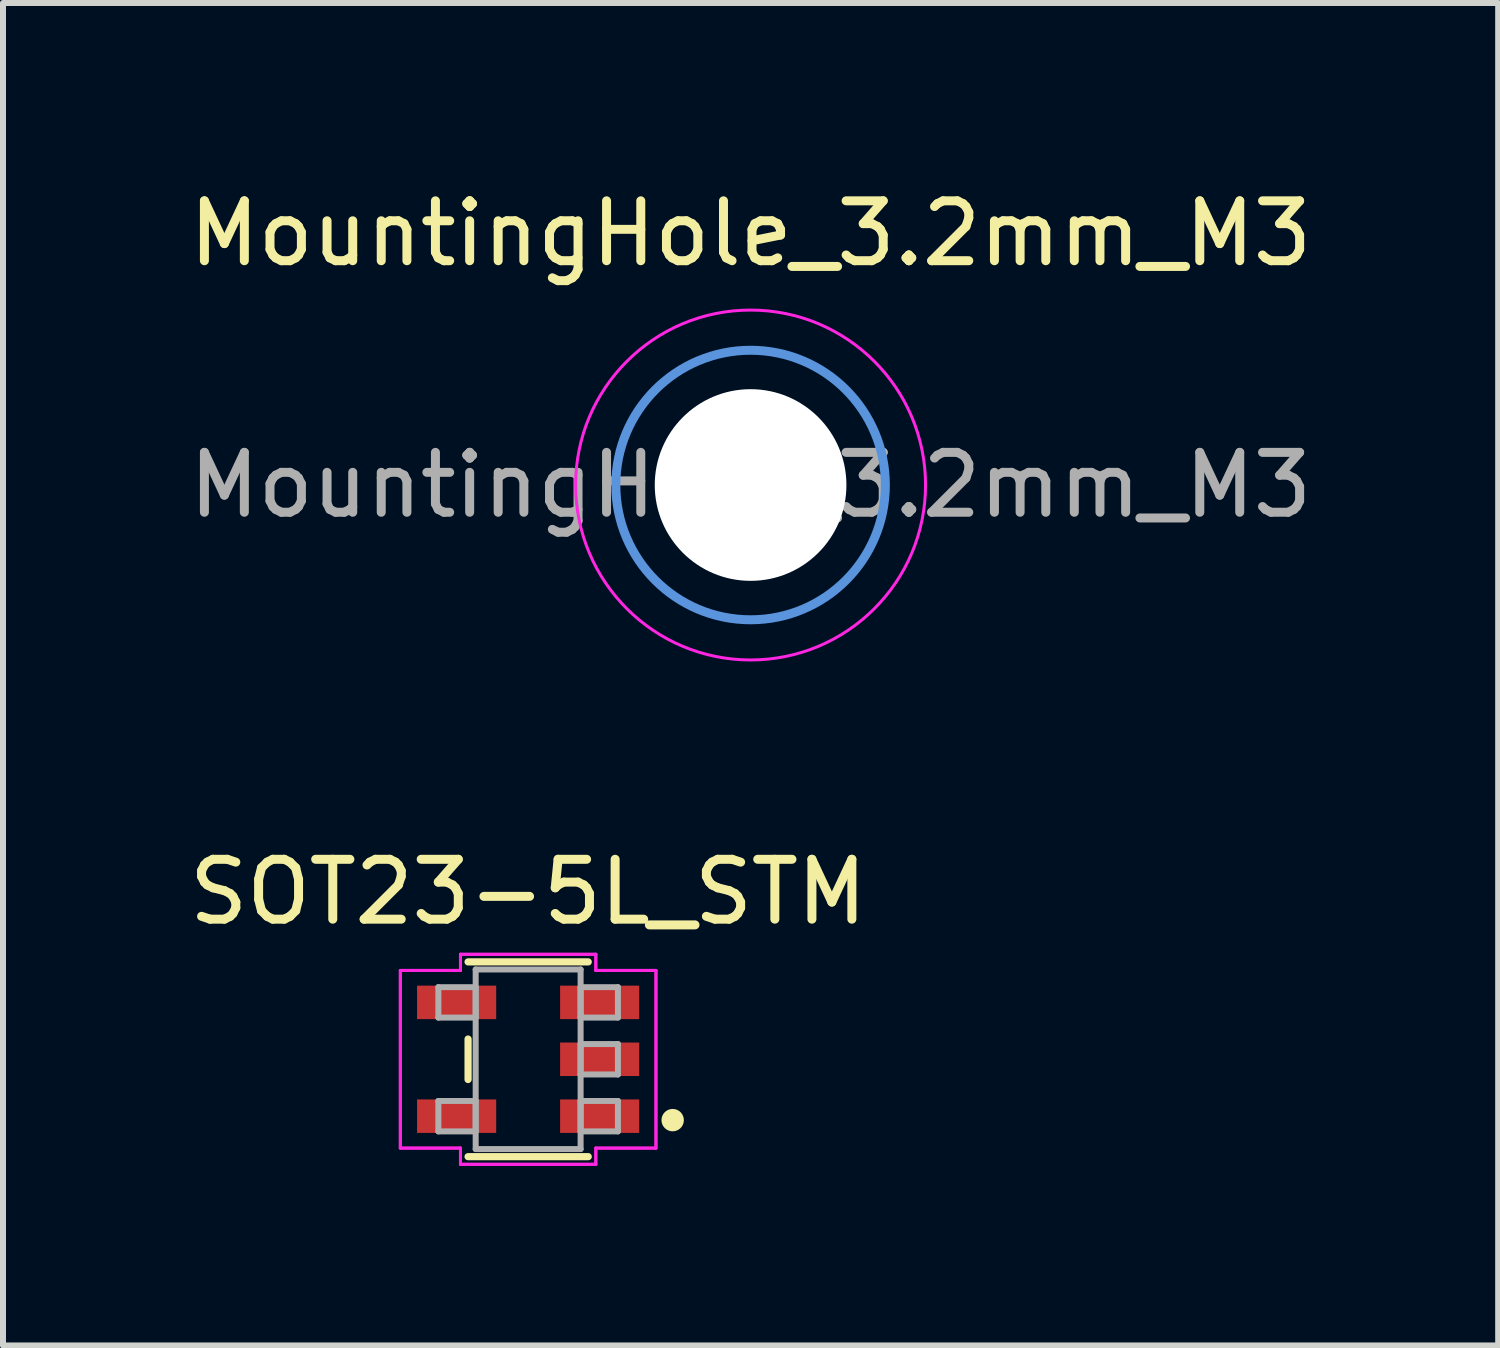
<source format=kicad_pcb>
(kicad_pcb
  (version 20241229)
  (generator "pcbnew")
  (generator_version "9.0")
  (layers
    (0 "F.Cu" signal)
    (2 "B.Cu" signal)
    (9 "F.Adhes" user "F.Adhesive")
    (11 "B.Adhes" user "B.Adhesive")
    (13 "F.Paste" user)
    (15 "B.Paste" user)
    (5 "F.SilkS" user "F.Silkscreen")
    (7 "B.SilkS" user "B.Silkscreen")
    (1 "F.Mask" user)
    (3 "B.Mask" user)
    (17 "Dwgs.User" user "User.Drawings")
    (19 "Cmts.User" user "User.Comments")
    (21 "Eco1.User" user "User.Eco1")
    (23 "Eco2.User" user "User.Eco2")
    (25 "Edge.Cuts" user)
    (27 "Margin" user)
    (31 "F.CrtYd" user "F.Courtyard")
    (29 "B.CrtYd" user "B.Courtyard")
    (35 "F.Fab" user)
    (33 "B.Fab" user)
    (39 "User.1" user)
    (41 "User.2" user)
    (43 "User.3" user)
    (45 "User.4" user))
  (footprint "MountingHole_3.2mm_M3"
    (layer "F.Cu")
    (at 9.482 5.048)
    (property "Reference" "MountingHole_3.2mm_M3" (at 0 -4.2 0) (layer "F.SilkS") (effects (font (size 1 1) (thickness 0.15))))
    (attr exclude_from_pos_files exclude_from_bom)
    (fp_circle (center 0 0) (end 2.25 0) (stroke (width 0.15) (type solid)) (fill no) (layer "Cmts.User"))
    (fp_circle (center 0 0) (end 2.921 0) (stroke (width 0.05) (type solid)) (fill no) (layer "F.CrtYd"))
    (fp_text user "${REFERENCE}" (at 0 0 0) (layer "F.Fab") (effects (font (size 1 1) (thickness 0.15))))
    (pad "" np_thru_hole circle (at 0 0) (size 3.2 3.2) (drill 3.2) (layers "*.Cu" "*.Mask")))
  (footprint "SOT23-5L_STM"
    (layer "F.Cu")
    (at 5.768 14.636)
    (property "Reference" "SOT23-5L_STM" (at 0 -2.794 0) (layer "F.SilkS") (effects (font (size 1 1) (thickness 0.15))))
    (attr smd)
    (fp_line (start -1.003 -0.338) (end -1.003 0.338) (stroke (width 0.12) (type solid)) (layer "F.SilkS"))
    (fp_line (start -1.003 1.626) (end 1.003 1.626) (stroke (width 0.12) (type solid)) (layer "F.SilkS"))
    (fp_line (start 1.003 -1.626) (end -1.003 -1.626) (stroke (width 0.12) (type solid)) (layer "F.SilkS"))
    (fp_circle (center 2.413 1.016) (end 2.54 1.016) (stroke (width 0.12) (type solid)) (fill yes) (layer "F.SilkS"))
    (fp_line (start -2.134 -1.483) (end -1.13 -1.483) (stroke (width 0.05) (type solid)) (layer "F.CrtYd"))
    (fp_line (start -2.134 -1.483) (end -1.13 -1.483) (stroke (width 0.05) (type solid)) (layer "F.CrtYd"))
    (fp_line (start -2.134 1.483) (end -2.134 -1.483) (stroke (width 0.05) (type solid)) (layer "F.CrtYd"))
    (fp_line (start -2.134 1.483) (end -2.134 -1.483) (stroke (width 0.05) (type solid)) (layer "F.CrtYd"))
    (fp_line (start -1.13 -1.753) (end 1.13 -1.753) (stroke (width 0.05) (type solid)) (layer "F.CrtYd"))
    (fp_line (start -1.13 -1.753) (end 1.13 -1.753) (stroke (width 0.05) (type solid)) (layer "F.CrtYd"))
    (fp_line (start -1.13 -1.483) (end -1.13 -1.753) (stroke (width 0.05) (type solid)) (layer "F.CrtYd"))
    (fp_line (start -1.13 -1.483) (end -1.13 -1.753) (stroke (width 0.05) (type solid)) (layer "F.CrtYd"))
    (fp_line (start -1.13 1.483) (end -2.134 1.483) (stroke (width 0.05) (type solid)) (layer "F.CrtYd"))
    (fp_line (start -1.13 1.483) (end -2.134 1.483) (stroke (width 0.05) (type solid)) (layer "F.CrtYd"))
    (fp_line (start -1.13 1.753) (end -1.13 1.483) (stroke (width 0.05) (type solid)) (layer "F.CrtYd"))
    (fp_line (start -1.13 1.753) (end -1.13 1.483) (stroke (width 0.05) (type solid)) (layer "F.CrtYd"))
    (fp_line (start 1.13 -1.753) (end 1.13 -1.483) (stroke (width 0.05) (type solid)) (layer "F.CrtYd"))
    (fp_line (start 1.13 -1.753) (end 1.13 -1.483) (stroke (width 0.05) (type solid)) (layer "F.CrtYd"))
    (fp_line (start 1.13 -1.483) (end 2.134 -1.483) (stroke (width 0.05) (type solid)) (layer "F.CrtYd"))
    (fp_line (start 1.13 -1.483) (end 2.134 -1.483) (stroke (width 0.05) (type solid)) (layer "F.CrtYd"))
    (fp_line (start 1.13 1.483) (end 1.13 1.753) (stroke (width 0.05) (type solid)) (layer "F.CrtYd"))
    (fp_line (start 1.13 1.483) (end 1.13 1.753) (stroke (width 0.05) (type solid)) (layer "F.CrtYd"))
    (fp_line (start 1.13 1.753) (end -1.13 1.753) (stroke (width 0.05) (type solid)) (layer "F.CrtYd"))
    (fp_line (start 1.13 1.753) (end -1.13 1.753) (stroke (width 0.05) (type solid)) (layer "F.CrtYd"))
    (fp_line (start 2.134 -1.483) (end 2.134 1.483) (stroke (width 0.05) (type solid)) (layer "F.CrtYd"))
    (fp_line (start 2.134 -1.483) (end 2.134 1.483) (stroke (width 0.05) (type solid)) (layer "F.CrtYd"))
    (fp_line (start 2.134 1.483) (end 1.13 1.483) (stroke (width 0.05) (type solid)) (layer "F.CrtYd"))
    (fp_line (start 2.134 1.483) (end 1.13 1.483) (stroke (width 0.05) (type solid)) (layer "F.CrtYd"))
    (fp_line (start -1.499 -1.204) (end -1.499 -0.696) (stroke (width 0.1) (type solid)) (layer "F.Fab"))
    (fp_line (start -1.499 -0.696) (end -0.876 -0.696) (stroke (width 0.1) (type solid)) (layer "F.Fab"))
    (fp_line (start -1.499 0.696) (end -1.499 1.204) (stroke (width 0.1) (type solid)) (layer "F.Fab"))
    (fp_line (start -1.499 1.204) (end -0.876 1.204) (stroke (width 0.1) (type solid)) (layer "F.Fab"))
    (fp_line (start -0.876 -1.499) (end -0.876 1.499) (stroke (width 0.1) (type solid)) (layer "F.Fab"))
    (fp_line (start -0.876 -1.204) (end -1.499 -1.204) (stroke (width 0.1) (type solid)) (layer "F.Fab"))
    (fp_line (start -0.876 -0.696) (end -0.876 -1.204) (stroke (width 0.1) (type solid)) (layer "F.Fab"))
    (fp_line (start -0.876 0.696) (end -1.499 0.696) (stroke (width 0.1) (type solid)) (layer "F.Fab"))
    (fp_line (start -0.876 1.204) (end -0.876 0.696) (stroke (width 0.1) (type solid)) (layer "F.Fab"))
    (fp_line (start -0.876 1.499) (end 0.876 1.499) (stroke (width 0.1) (type solid)) (layer "F.Fab"))
    (fp_line (start 0.876 -1.499) (end -0.876 -1.499) (stroke (width 0.1) (type solid)) (layer "F.Fab"))
    (fp_line (start 0.876 -1.204) (end 0.876 -0.696) (stroke (width 0.1) (type solid)) (layer "F.Fab"))
    (fp_line (start 0.876 -0.696) (end 1.499 -0.696) (stroke (width 0.1) (type solid)) (layer "F.Fab"))
    (fp_line (start 0.876 -0.254) (end 0.876 0.254) (stroke (width 0.1) (type solid)) (layer "F.Fab"))
    (fp_line (start 0.876 0.254) (end 1.499 0.254) (stroke (width 0.1) (type solid)) (layer "F.Fab"))
    (fp_line (start 0.876 0.696) (end 0.876 1.204) (stroke (width 0.1) (type solid)) (layer "F.Fab"))
    (fp_line (start 0.876 1.204) (end 1.499 1.204) (stroke (width 0.1) (type solid)) (layer "F.Fab"))
    (fp_line (start 0.876 1.499) (end 0.876 -1.499) (stroke (width 0.1) (type solid)) (layer "F.Fab"))
    (fp_line (start 1.499 -1.204) (end 0.876 -1.204) (stroke (width 0.1) (type solid)) (layer "F.Fab"))
    (fp_line (start 1.499 -0.696) (end 1.499 -1.204) (stroke (width 0.1) (type solid)) (layer "F.Fab"))
    (fp_line (start 1.499 -0.254) (end 0.876 -0.254) (stroke (width 0.1) (type solid)) (layer "F.Fab"))
    (fp_line (start 1.499 0.254) (end 1.499 -0.254) (stroke (width 0.1) (type solid)) (layer "F.Fab"))
    (fp_line (start 1.499 0.696) (end 0.876 0.696) (stroke (width 0.1) (type solid)) (layer "F.Fab"))
    (fp_line (start 1.499 1.204) (end 1.499 0.696) (stroke (width 0.1) (type solid)) (layer "F.Fab"))
    (pad "1" smd rect (at 1.194 0.95 180) (size 1.321 0.559) (layers "F.Cu" "F.Mask" "F.Paste"))
    (pad "2" smd rect (at 1.194 0 180) (size 1.321 0.559) (layers "F.Cu" "F.Mask" "F.Paste"))
    (pad "3" smd rect (at 1.194 -0.95 180) (size 1.321 0.559) (layers "F.Cu" "F.Mask" "F.Paste"))
    (pad "4" smd rect (at -1.194 -0.95 180) (size 1.321 0.559) (layers "F.Cu" "F.Mask" "F.Paste"))
    (pad "5" smd rect (at -1.194 0.95 180) (size 1.321 0.559) (layers "F.Cu" "F.Mask" "F.Paste")))
  (gr_rect
    (start -3 -3)
    (end 21.964 19.414)
    (stroke (width 0.1) (type default))
    (fill no)
    (layer "Edge.Cuts")))
</source>
